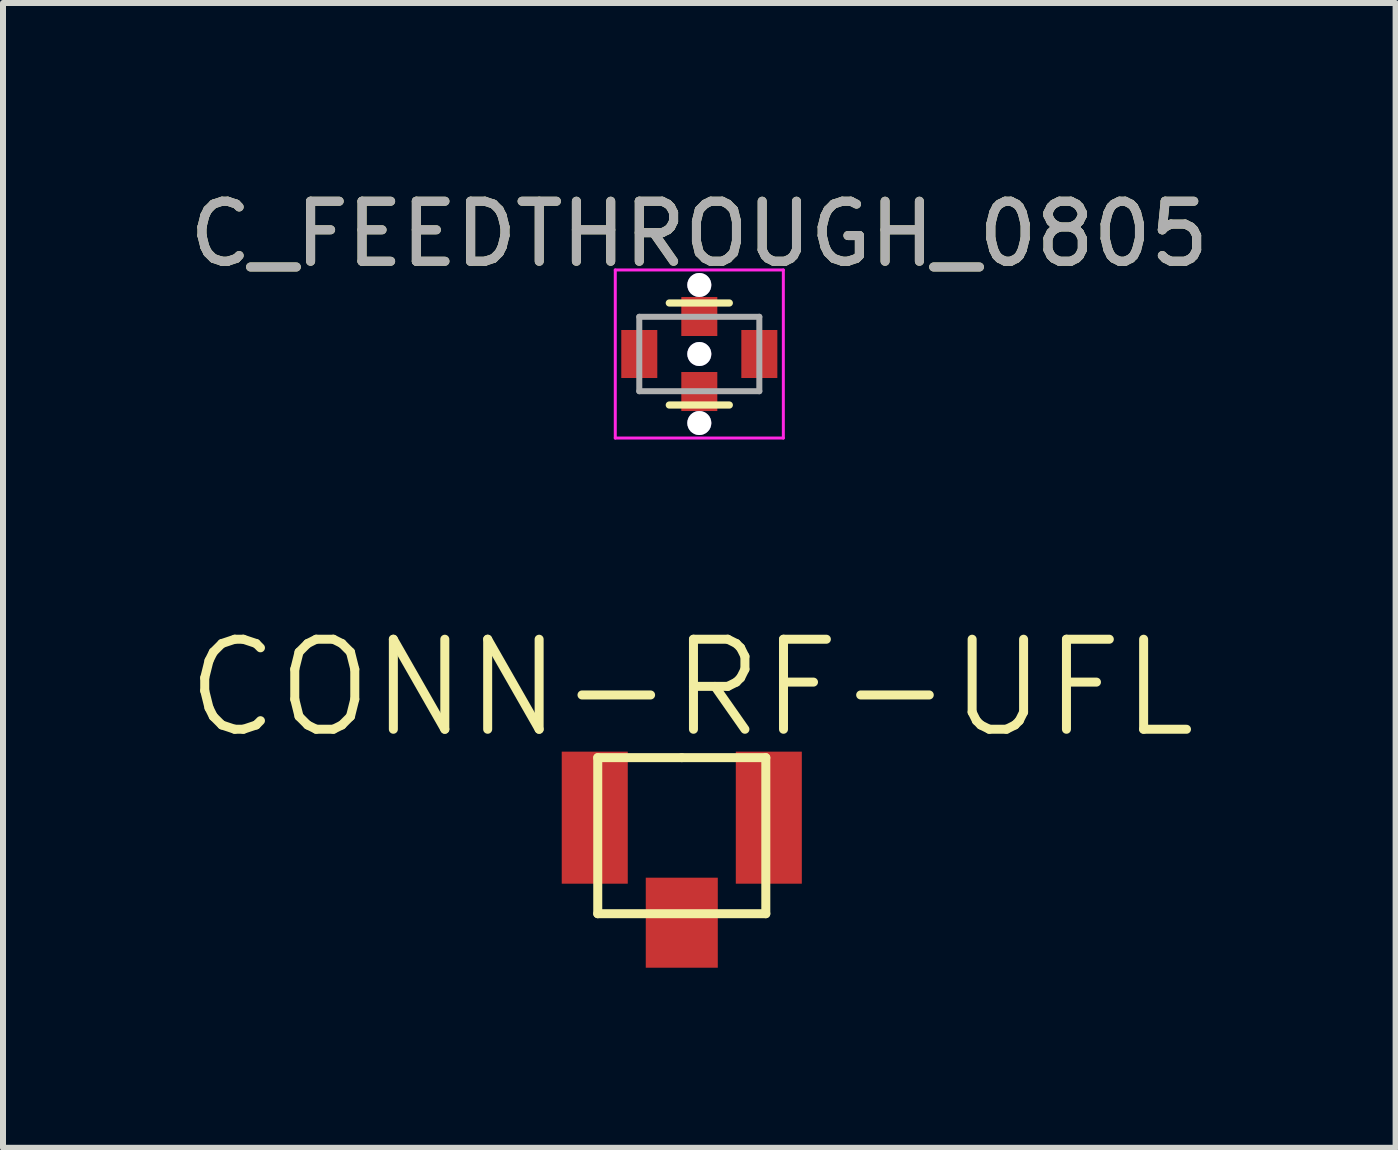
<source format=kicad_pcb>
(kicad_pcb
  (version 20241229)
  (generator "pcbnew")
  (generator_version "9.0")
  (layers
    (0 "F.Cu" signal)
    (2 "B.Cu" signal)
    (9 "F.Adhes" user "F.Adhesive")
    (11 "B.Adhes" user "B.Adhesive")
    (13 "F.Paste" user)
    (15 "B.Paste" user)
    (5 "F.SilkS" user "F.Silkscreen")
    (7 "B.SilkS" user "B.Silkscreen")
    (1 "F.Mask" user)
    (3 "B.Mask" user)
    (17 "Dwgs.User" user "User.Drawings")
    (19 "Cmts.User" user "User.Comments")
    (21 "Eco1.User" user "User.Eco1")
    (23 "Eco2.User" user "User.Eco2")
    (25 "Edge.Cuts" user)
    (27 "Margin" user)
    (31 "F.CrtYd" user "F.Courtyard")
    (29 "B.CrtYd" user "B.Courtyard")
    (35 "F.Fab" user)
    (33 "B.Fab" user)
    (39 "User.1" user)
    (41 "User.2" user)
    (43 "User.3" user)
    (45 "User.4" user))
  (footprint "C_FEEDTHROUGH_0805"
    (layer "F.Cu")
    (at 8.601 2.848)
    (property "Reference" "C_FEEDTHROUGH_0805" (at 0 -2 0) (layer "F.SilkS") (effects (font (size 1 1) (thickness 0.15))))
    (attr smd)
    (fp_line (start -0.5 0.85) (end 0.5 0.85) (stroke (width 0.12) (type solid)) (layer "F.SilkS"))
    (fp_line (start 0.5 -0.85) (end -0.5 -0.85) (stroke (width 0.12) (type solid)) (layer "F.SilkS"))
    (fp_line (start -1.4 -1.4) (end -1.4 1.4) (stroke (width 0.05) (type solid)) (layer "F.CrtYd"))
    (fp_line (start -1.4 -1.4) (end 1.4 -1.4) (stroke (width 0.05) (type solid)) (layer "F.CrtYd"))
    (fp_line (start 1.4 1.4) (end -1.4 1.4) (stroke (width 0.05) (type solid)) (layer "F.CrtYd"))
    (fp_line (start 1.4 1.4) (end 1.4 -1.4) (stroke (width 0.05) (type solid)) (layer "F.CrtYd"))
    (fp_line (start -1 -0.62) (end 1 -0.62) (stroke (width 0.1) (type solid)) (layer "F.Fab"))
    (fp_line (start -1 0.62) (end -1 -0.62) (stroke (width 0.1) (type solid)) (layer "F.Fab"))
    (fp_line (start 1 -0.62) (end 1 0.62) (stroke (width 0.1) (type solid)) (layer "F.Fab"))
    (fp_line (start 1 0.62) (end -1 0.62) (stroke (width 0.1) (type solid)) (layer "F.Fab"))
    (fp_text user "${REFERENCE}" (at 0 -2 0) (layer "F.Fab") (effects (font (size 1 1) (thickness 0.15))))
    (pad "" thru_hole circle (at 0 -1.15) (size 0.4 0.4) (drill 0.4) (layers "*.Cu"))
    (pad "" thru_hole circle (at 0 0) (size 0.4 0.4) (drill 0.4) (layers "*.Cu"))
    (pad "" thru_hole circle (at 0 1.15) (size 0.4 0.4) (drill 0.4) (layers "*.Cu"))
    (pad "1" smd rect (at -1 0) (size 0.6 0.8) (layers "F.Cu" "F.Mask" "F.Paste"))
    (pad "2" smd rect (at 0 -0.625) (size 0.6 0.65) (layers "F.Cu" "F.Mask" "F.Paste"))
    (pad "2" smd rect (at 0 0.625) (size 0.6 0.65) (layers "F.Cu" "F.Mask" "F.Paste"))
    (pad "3" smd rect (at 1 0) (size 0.6 0.8) (layers "F.Cu" "F.Mask" "F.Paste")))
  (footprint "CONN-RF-UFL"
    (layer "F.Cu")
    (at 6.309 10.573)
    (property "Reference" "CONN-RF-UFL" (at 2.159 -2.159 0) (layer "F.SilkS") (effects (font (size 1.5 1.5) (thickness 0.15))))
    (attr through_hole)
    (fp_line (start 0.6 1.6) (end 0.6 -1) (stroke (width 0.15) (type solid)) (layer "F.SilkS"))
    (fp_line (start 0.6 1.6) (end 3.4 1.6) (stroke (width 0.15) (type solid)) (layer "F.SilkS"))
    (fp_line (start 2 -1) (end 0.6 -1) (stroke (width 0.15) (type solid)) (layer "F.SilkS"))
    (fp_line (start 2 -1) (end 3.4 -1) (stroke (width 0.15) (type solid)) (layer "F.SilkS"))
    (fp_line (start 3.4 -1) (end 3.4 1.6) (stroke (width 0.15) (type solid)) (layer "F.SilkS"))
    (pad "1" smd rect (at 2 1.75) (size 1.2 1.5) (layers "F.Cu" "F.Mask" "F.Paste"))
    (pad "2" smd rect (at 0.55 0) (size 1.1 2.2) (layers "F.Cu" "F.Mask" "F.Paste"))
    (pad "2" smd rect (at 3.45 0) (size 1.1 2.2) (layers "F.Cu" "F.Mask" "F.Paste")))
  (gr_rect
    (start -3 -3)
    (end 20.202 16.073)
    (stroke (width 0.1) (type default))
    (fill no)
    (layer "Edge.Cuts")))
</source>
